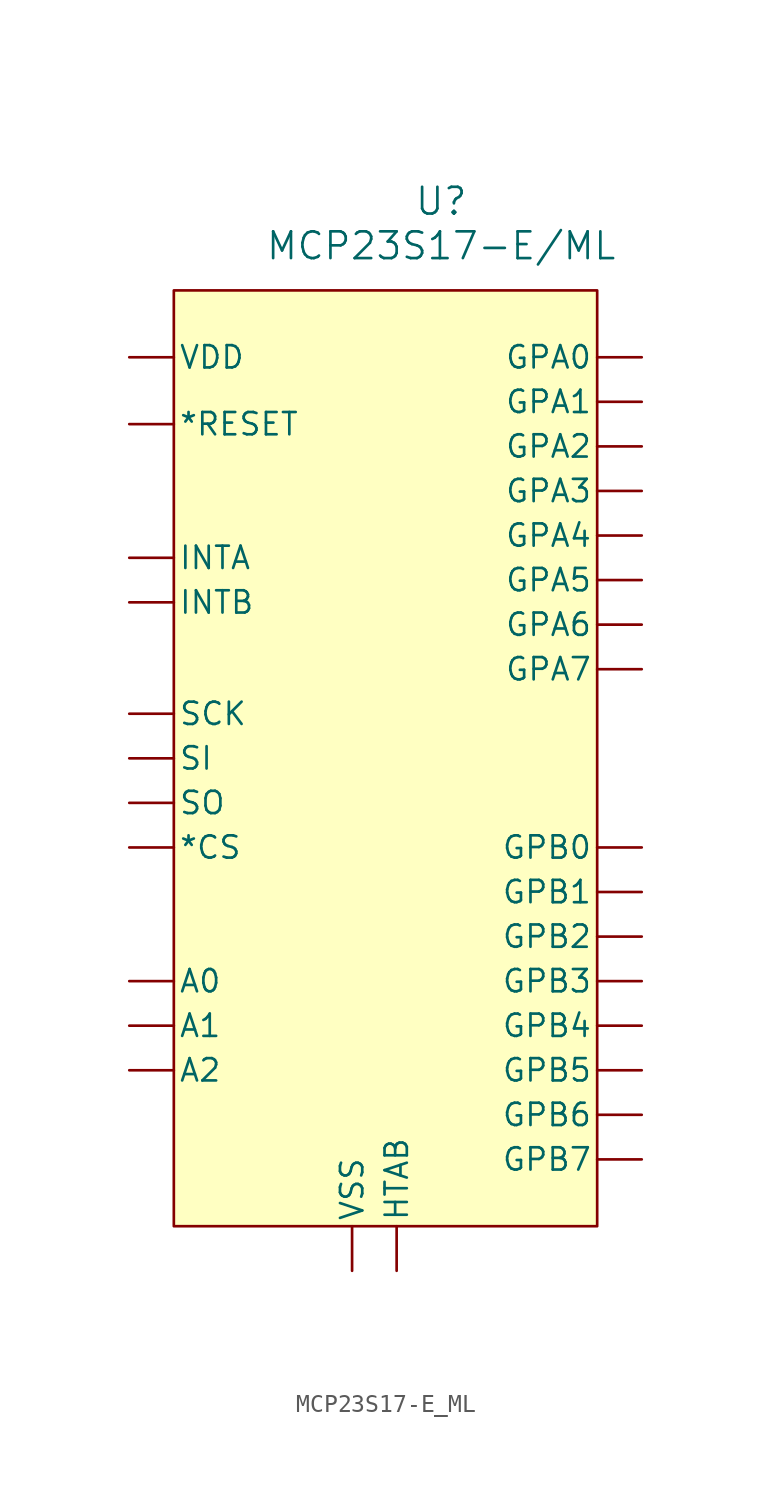
<source format=kicad_sym>
(kicad_symbol_lib
  (version 20231120)
  (generator "kicad_symbol_editor")
  (generator_version "8.0")
  (symbol "MCP23S17-E_ML"
    (pin_numbers hide)
    (pin_names
      (offset 0.254))
    (property "Reference" "U"
      (at 15.24 5.08 0)
      (effects (font (size 1.524 1.524))))
    (property "Value" "MCP23S17-E/ML"
      (at 15.24 2.54 0)
      (effects (font (size 1.524 1.524))))
    (symbol "MCP23S17-E_ML_0_1"
      (rectangle (start 0 0) (end 24.13 -53.34) (stroke (width 0) (type default)) (fill (type background))))
    (symbol "MCP23S17-E_ML_1_1"
      (pin bidirectional line (at 26.67 -41.91 180) (length 2.54) (name "GPB4" (effects (font (size 1.27 1.27)))) (number "1" (effects (font (size 1.27 1.27)))))
      (pin output line (at -2.54 -29.21 0) (length 2.54) (name "SO" (effects (font (size 1.27 1.27)))) (number "10" (effects (font (size 1.27 1.27)))))
      (pin input line (at -2.54 -39.37 0) (length 2.54) (name "A0" (effects (font (size 1.27 1.27)))) (number "11" (effects (font (size 1.27 1.27)))))
      (pin input line (at -2.54 -41.91 0) (length 2.54) (name "A1" (effects (font (size 1.27 1.27)))) (number "12" (effects (font (size 1.27 1.27)))))
      (pin input line (at -2.54 -44.45 0) (length 2.54) (name "A2" (effects (font (size 1.27 1.27)))) (number "13" (effects (font (size 1.27 1.27)))))
      (pin input line (at -2.54 -7.62 0) (length 2.54) (name "*RESET" (effects (font (size 1.27 1.27)))) (number "14" (effects (font (size 1.27 1.27)))))
      (pin open_collector line (at -2.54 -17.78 0) (length 2.54) (name "INTB" (effects (font (size 1.27 1.27)))) (number "15" (effects (font (size 1.27 1.27)))))
      (pin open_collector line (at -2.54 -15.24 0) (length 2.54) (name "INTA" (effects (font (size 1.27 1.27)))) (number "16" (effects (font (size 1.27 1.27)))))
      (pin bidirectional line (at 26.67 -3.81 180) (length 2.54) (name "GPA0" (effects (font (size 1.27 1.27)))) (number "17" (effects (font (size 1.27 1.27)))))
      (pin bidirectional line (at 26.67 -6.35 180) (length 2.54) (name "GPA1" (effects (font (size 1.27 1.27)))) (number "18" (effects (font (size 1.27 1.27)))))
      (pin bidirectional line (at 26.67 -8.89 180) (length 2.54) (name "GPA2" (effects (font (size 1.27 1.27)))) (number "19" (effects (font (size 1.27 1.27)))))
      (pin bidirectional line (at 26.67 -44.45 180) (length 2.54) (name "GPB5" (effects (font (size 1.27 1.27)))) (number "2" (effects (font (size 1.27 1.27)))))
      (pin bidirectional line (at 26.67 -11.43 180) (length 2.54) (name "GPA3" (effects (font (size 1.27 1.27)))) (number "20" (effects (font (size 1.27 1.27)))))
      (pin bidirectional line (at 26.67 -13.97 180) (length 2.54) (name "GPA4" (effects (font (size 1.27 1.27)))) (number "21" (effects (font (size 1.27 1.27)))))
      (pin bidirectional line (at 26.67 -16.51 180) (length 2.54) (name "GPA5" (effects (font (size 1.27 1.27)))) (number "22" (effects (font (size 1.27 1.27)))))
      (pin bidirectional line (at 26.67 -19.05 180) (length 2.54) (name "GPA6" (effects (font (size 1.27 1.27)))) (number "23" (effects (font (size 1.27 1.27)))))
      (pin bidirectional line (at 26.67 -21.59 180) (length 2.54) (name "GPA7" (effects (font (size 1.27 1.27)))) (number "24" (effects (font (size 1.27 1.27)))))
      (pin bidirectional line (at 26.67 -31.75 180) (length 2.54) (name "GPB0" (effects (font (size 1.27 1.27)))) (number "25" (effects (font (size 1.27 1.27)))))
      (pin bidirectional line (at 26.67 -34.29 180) (length 2.54) (name "GPB1" (effects (font (size 1.27 1.27)))) (number "26" (effects (font (size 1.27 1.27)))))
      (pin bidirectional line (at 26.67 -36.83 180) (length 2.54) (name "GPB2" (effects (font (size 1.27 1.27)))) (number "27" (effects (font (size 1.27 1.27)))))
      (pin bidirectional line (at 26.67 -39.37 180) (length 2.54) (name "GPB3" (effects (font (size 1.27 1.27)))) (number "28" (effects (font (size 1.27 1.27)))))
      (pin passive line (at 12.7 -55.88 90) (length 2.54) (name "HTAB" (effects (font (size 1.27 1.27)))) (number "29" (effects (font (size 1.27 1.27)))))
      (pin bidirectional line (at 26.67 -46.99 180) (length 2.54) (name "GPB6" (effects (font (size 1.27 1.27)))) (number "3" (effects (font (size 1.27 1.27)))))
      (pin bidirectional line (at 26.67 -49.53 180) (length 2.54) (name "GPB7" (effects (font (size 1.27 1.27)))) (number "4" (effects (font (size 1.27 1.27)))))
      (pin power_in line (at -2.54 -3.81 0) (length 2.54) (name "VDD" (effects (font (size 1.27 1.27)))) (number "5" (effects (font (size 1.27 1.27)))))
      (pin power_in line (at 10.16 -55.88 90) (length 2.54) (name "VSS" (effects (font (size 1.27 1.27)))) (number "6" (effects (font (size 1.27 1.27)))))
      (pin input line (at -2.54 -31.75 0) (length 2.54) (name "*CS" (effects (font (size 1.27 1.27)))) (number "7" (effects (font (size 1.27 1.27)))))
      (pin input line (at -2.54 -24.13 0) (length 2.54) (name "SCK" (effects (font (size 1.27 1.27)))) (number "8" (effects (font (size 1.27 1.27)))))
      (pin input line (at -2.54 -26.67 0) (length 2.54) (name "SI" (effects (font (size 1.27 1.27)))) (number "9" (effects (font (size 1.27 1.27))))))))
</source>
